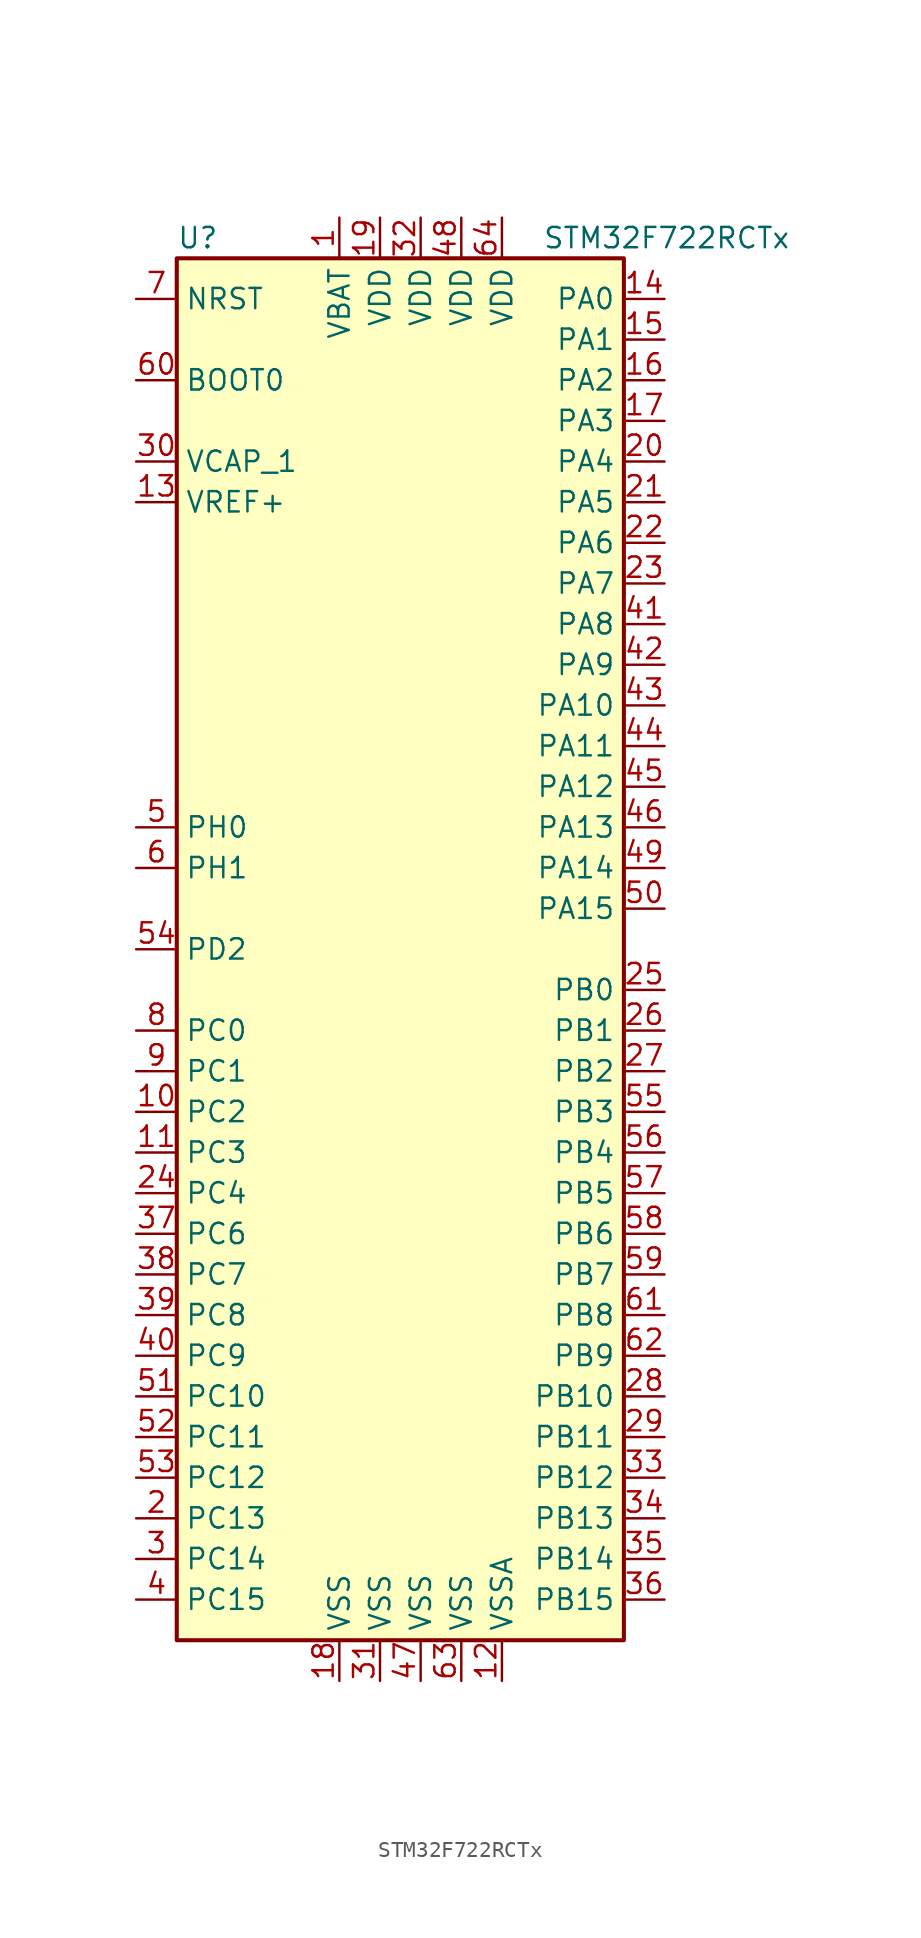
<source format=kicad_sym>
(kicad_symbol_lib
  (version 20211014)
  (generator kicad_symbol_editor)
  (symbol "STM32F722RCTx"
    (property "Reference" "U"
      (at -15.24 44.45 0)
      (effects (font (size 1.27 1.27)) (justify left)))
    (property "Value" "STM32F722RCTx"
      (at 7.62 44.45 0)
      (effects (font (size 1.27 1.27)) (justify left)))
    (symbol "STM32F722RCTx_0_1"
      (rectangle (start -15.24 -43.18) (end 12.7 43.18) (stroke (width 0.254) (type default) (color 0 0 0 0)) (fill (type background))))
    (symbol "STM32F722RCTx_1_1"
      (pin power_in line (at -5.08 45.72 270) (length 2.54) (name "VBAT" (effects (font (size 1.27 1.27)))) (number "1" (effects (font (size 1.27 1.27)))))
      (pin bidirectional line (at -17.78 -10.16 0) (length 2.54) (name "PC2" (effects (font (size 1.27 1.27)))) (number "10" (effects (font (size 1.27 1.27)))))
      (pin bidirectional line (at -17.78 -12.7 0) (length 2.54) (name "PC3" (effects (font (size 1.27 1.27)))) (number "11" (effects (font (size 1.27 1.27)))))
      (pin power_in line (at 5.08 -45.72 90) (length 2.54) (name "VSSA" (effects (font (size 1.27 1.27)))) (number "12" (effects (font (size 1.27 1.27)))))
      (pin power_in line (at -17.78 27.94 0) (length 2.54) (name "VREF+" (effects (font (size 1.27 1.27)))) (number "13" (effects (font (size 1.27 1.27)))))
      (pin bidirectional line (at 15.24 40.64 180) (length 2.54) (name "PA0" (effects (font (size 1.27 1.27)))) (number "14" (effects (font (size 1.27 1.27)))))
      (pin bidirectional line (at 15.24 38.1 180) (length 2.54) (name "PA1" (effects (font (size 1.27 1.27)))) (number "15" (effects (font (size 1.27 1.27)))))
      (pin bidirectional line (at 15.24 35.56 180) (length 2.54) (name "PA2" (effects (font (size 1.27 1.27)))) (number "16" (effects (font (size 1.27 1.27)))))
      (pin bidirectional line (at 15.24 33.02 180) (length 2.54) (name "PA3" (effects (font (size 1.27 1.27)))) (number "17" (effects (font (size 1.27 1.27)))))
      (pin power_in line (at -5.08 -45.72 90) (length 2.54) (name "VSS" (effects (font (size 1.27 1.27)))) (number "18" (effects (font (size 1.27 1.27)))))
      (pin power_in line (at -2.54 45.72 270) (length 2.54) (name "VDD" (effects (font (size 1.27 1.27)))) (number "19" (effects (font (size 1.27 1.27)))))
      (pin bidirectional line (at -17.78 -35.56 0) (length 2.54) (name "PC13" (effects (font (size 1.27 1.27)))) (number "2" (effects (font (size 1.27 1.27)))))
      (pin bidirectional line (at 15.24 30.48 180) (length 2.54) (name "PA4" (effects (font (size 1.27 1.27)))) (number "20" (effects (font (size 1.27 1.27)))))
      (pin bidirectional line (at 15.24 27.94 180) (length 2.54) (name "PA5" (effects (font (size 1.27 1.27)))) (number "21" (effects (font (size 1.27 1.27)))))
      (pin bidirectional line (at 15.24 25.4 180) (length 2.54) (name "PA6" (effects (font (size 1.27 1.27)))) (number "22" (effects (font (size 1.27 1.27)))))
      (pin bidirectional line (at 15.24 22.86 180) (length 2.54) (name "PA7" (effects (font (size 1.27 1.27)))) (number "23" (effects (font (size 1.27 1.27)))))
      (pin bidirectional line (at -17.78 -15.24 0) (length 2.54) (name "PC4" (effects (font (size 1.27 1.27)))) (number "24" (effects (font (size 1.27 1.27)))))
      (pin bidirectional line (at 15.24 -2.54 180) (length 2.54) (name "PB0" (effects (font (size 1.27 1.27)))) (number "25" (effects (font (size 1.27 1.27)))))
      (pin bidirectional line (at 15.24 -5.08 180) (length 2.54) (name "PB1" (effects (font (size 1.27 1.27)))) (number "26" (effects (font (size 1.27 1.27)))))
      (pin bidirectional line (at 15.24 -7.62 180) (length 2.54) (name "PB2" (effects (font (size 1.27 1.27)))) (number "27" (effects (font (size 1.27 1.27)))))
      (pin bidirectional line (at 15.24 -27.94 180) (length 2.54) (name "PB10" (effects (font (size 1.27 1.27)))) (number "28" (effects (font (size 1.27 1.27)))))
      (pin bidirectional line (at 15.24 -30.48 180) (length 2.54) (name "PB11" (effects (font (size 1.27 1.27)))) (number "29" (effects (font (size 1.27 1.27)))))
      (pin bidirectional line (at -17.78 -38.1 0) (length 2.54) (name "PC14" (effects (font (size 1.27 1.27)))) (number "3" (effects (font (size 1.27 1.27)))))
      (pin power_in line (at -17.78 30.48 0) (length 2.54) (name "VCAP_1" (effects (font (size 1.27 1.27)))) (number "30" (effects (font (size 1.27 1.27)))))
      (pin power_in line (at -2.54 -45.72 90) (length 2.54) (name "VSS" (effects (font (size 1.27 1.27)))) (number "31" (effects (font (size 1.27 1.27)))))
      (pin power_in line (at 0 45.72 270) (length 2.54) (name "VDD" (effects (font (size 1.27 1.27)))) (number "32" (effects (font (size 1.27 1.27)))))
      (pin bidirectional line (at 15.24 -33.02 180) (length 2.54) (name "PB12" (effects (font (size 1.27 1.27)))) (number "33" (effects (font (size 1.27 1.27)))))
      (pin bidirectional line (at 15.24 -35.56 180) (length 2.54) (name "PB13" (effects (font (size 1.27 1.27)))) (number "34" (effects (font (size 1.27 1.27)))))
      (pin bidirectional line (at 15.24 -38.1 180) (length 2.54) (name "PB14" (effects (font (size 1.27 1.27)))) (number "35" (effects (font (size 1.27 1.27)))))
      (pin bidirectional line (at 15.24 -40.64 180) (length 2.54) (name "PB15" (effects (font (size 1.27 1.27)))) (number "36" (effects (font (size 1.27 1.27)))))
      (pin bidirectional line (at -17.78 -17.78 0) (length 2.54) (name "PC6" (effects (font (size 1.27 1.27)))) (number "37" (effects (font (size 1.27 1.27)))))
      (pin bidirectional line (at -17.78 -20.32 0) (length 2.54) (name "PC7" (effects (font (size 1.27 1.27)))) (number "38" (effects (font (size 1.27 1.27)))))
      (pin bidirectional line (at -17.78 -22.86 0) (length 2.54) (name "PC8" (effects (font (size 1.27 1.27)))) (number "39" (effects (font (size 1.27 1.27)))))
      (pin bidirectional line (at -17.78 -40.64 0) (length 2.54) (name "PC15" (effects (font (size 1.27 1.27)))) (number "4" (effects (font (size 1.27 1.27)))))
      (pin bidirectional line (at -17.78 -25.4 0) (length 2.54) (name "PC9" (effects (font (size 1.27 1.27)))) (number "40" (effects (font (size 1.27 1.27)))))
      (pin bidirectional line (at 15.24 20.32 180) (length 2.54) (name "PA8" (effects (font (size 1.27 1.27)))) (number "41" (effects (font (size 1.27 1.27)))))
      (pin bidirectional line (at 15.24 17.78 180) (length 2.54) (name "PA9" (effects (font (size 1.27 1.27)))) (number "42" (effects (font (size 1.27 1.27)))))
      (pin bidirectional line (at 15.24 15.24 180) (length 2.54) (name "PA10" (effects (font (size 1.27 1.27)))) (number "43" (effects (font (size 1.27 1.27)))))
      (pin bidirectional line (at 15.24 12.7 180) (length 2.54) (name "PA11" (effects (font (size 1.27 1.27)))) (number "44" (effects (font (size 1.27 1.27)))))
      (pin bidirectional line (at 15.24 10.16 180) (length 2.54) (name "PA12" (effects (font (size 1.27 1.27)))) (number "45" (effects (font (size 1.27 1.27)))))
      (pin bidirectional line (at 15.24 7.62 180) (length 2.54) (name "PA13" (effects (font (size 1.27 1.27)))) (number "46" (effects (font (size 1.27 1.27)))))
      (pin power_in line (at 0 -45.72 90) (length 2.54) (name "VSS" (effects (font (size 1.27 1.27)))) (number "47" (effects (font (size 1.27 1.27)))))
      (pin power_in line (at 2.54 45.72 270) (length 2.54) (name "VDD" (effects (font (size 1.27 1.27)))) (number "48" (effects (font (size 1.27 1.27)))))
      (pin bidirectional line (at 15.24 5.08 180) (length 2.54) (name "PA14" (effects (font (size 1.27 1.27)))) (number "49" (effects (font (size 1.27 1.27)))))
      (pin input line (at -17.78 7.62 0) (length 2.54) (name "PH0" (effects (font (size 1.27 1.27)))) (number "5" (effects (font (size 1.27 1.27)))))
      (pin bidirectional line (at 15.24 2.54 180) (length 2.54) (name "PA15" (effects (font (size 1.27 1.27)))) (number "50" (effects (font (size 1.27 1.27)))))
      (pin bidirectional line (at -17.78 -27.94 0) (length 2.54) (name "PC10" (effects (font (size 1.27 1.27)))) (number "51" (effects (font (size 1.27 1.27)))))
      (pin bidirectional line (at -17.78 -30.48 0) (length 2.54) (name "PC11" (effects (font (size 1.27 1.27)))) (number "52" (effects (font (size 1.27 1.27)))))
      (pin bidirectional line (at -17.78 -33.02 0) (length 2.54) (name "PC12" (effects (font (size 1.27 1.27)))) (number "53" (effects (font (size 1.27 1.27)))))
      (pin bidirectional line (at -17.78 0 0) (length 2.54) (name "PD2" (effects (font (size 1.27 1.27)))) (number "54" (effects (font (size 1.27 1.27)))))
      (pin bidirectional line (at 15.24 -10.16 180) (length 2.54) (name "PB3" (effects (font (size 1.27 1.27)))) (number "55" (effects (font (size 1.27 1.27)))))
      (pin bidirectional line (at 15.24 -12.7 180) (length 2.54) (name "PB4" (effects (font (size 1.27 1.27)))) (number "56" (effects (font (size 1.27 1.27)))))
      (pin bidirectional line (at 15.24 -15.24 180) (length 2.54) (name "PB5" (effects (font (size 1.27 1.27)))) (number "57" (effects (font (size 1.27 1.27)))))
      (pin bidirectional line (at 15.24 -17.78 180) (length 2.54) (name "PB6" (effects (font (size 1.27 1.27)))) (number "58" (effects (font (size 1.27 1.27)))))
      (pin bidirectional line (at 15.24 -20.32 180) (length 2.54) (name "PB7" (effects (font (size 1.27 1.27)))) (number "59" (effects (font (size 1.27 1.27)))))
      (pin input line (at -17.78 5.08 0) (length 2.54) (name "PH1" (effects (font (size 1.27 1.27)))) (number "6" (effects (font (size 1.27 1.27)))))
      (pin input line (at -17.78 35.56 0) (length 2.54) (name "BOOT0" (effects (font (size 1.27 1.27)))) (number "60" (effects (font (size 1.27 1.27)))))
      (pin bidirectional line (at 15.24 -22.86 180) (length 2.54) (name "PB8" (effects (font (size 1.27 1.27)))) (number "61" (effects (font (size 1.27 1.27)))))
      (pin bidirectional line (at 15.24 -25.4 180) (length 2.54) (name "PB9" (effects (font (size 1.27 1.27)))) (number "62" (effects (font (size 1.27 1.27)))))
      (pin power_in line (at 2.54 -45.72 90) (length 2.54) (name "VSS" (effects (font (size 1.27 1.27)))) (number "63" (effects (font (size 1.27 1.27)))))
      (pin power_in line (at 5.08 45.72 270) (length 2.54) (name "VDD" (effects (font (size 1.27 1.27)))) (number "64" (effects (font (size 1.27 1.27)))))
      (pin input line (at -17.78 40.64 0) (length 2.54) (name "NRST" (effects (font (size 1.27 1.27)))) (number "7" (effects (font (size 1.27 1.27)))))
      (pin bidirectional line (at -17.78 -5.08 0) (length 2.54) (name "PC0" (effects (font (size 1.27 1.27)))) (number "8" (effects (font (size 1.27 1.27)))))
      (pin bidirectional line (at -17.78 -7.62 0) (length 2.54) (name "PC1" (effects (font (size 1.27 1.27)))) (number "9" (effects (font (size 1.27 1.27))))))))
</source>
